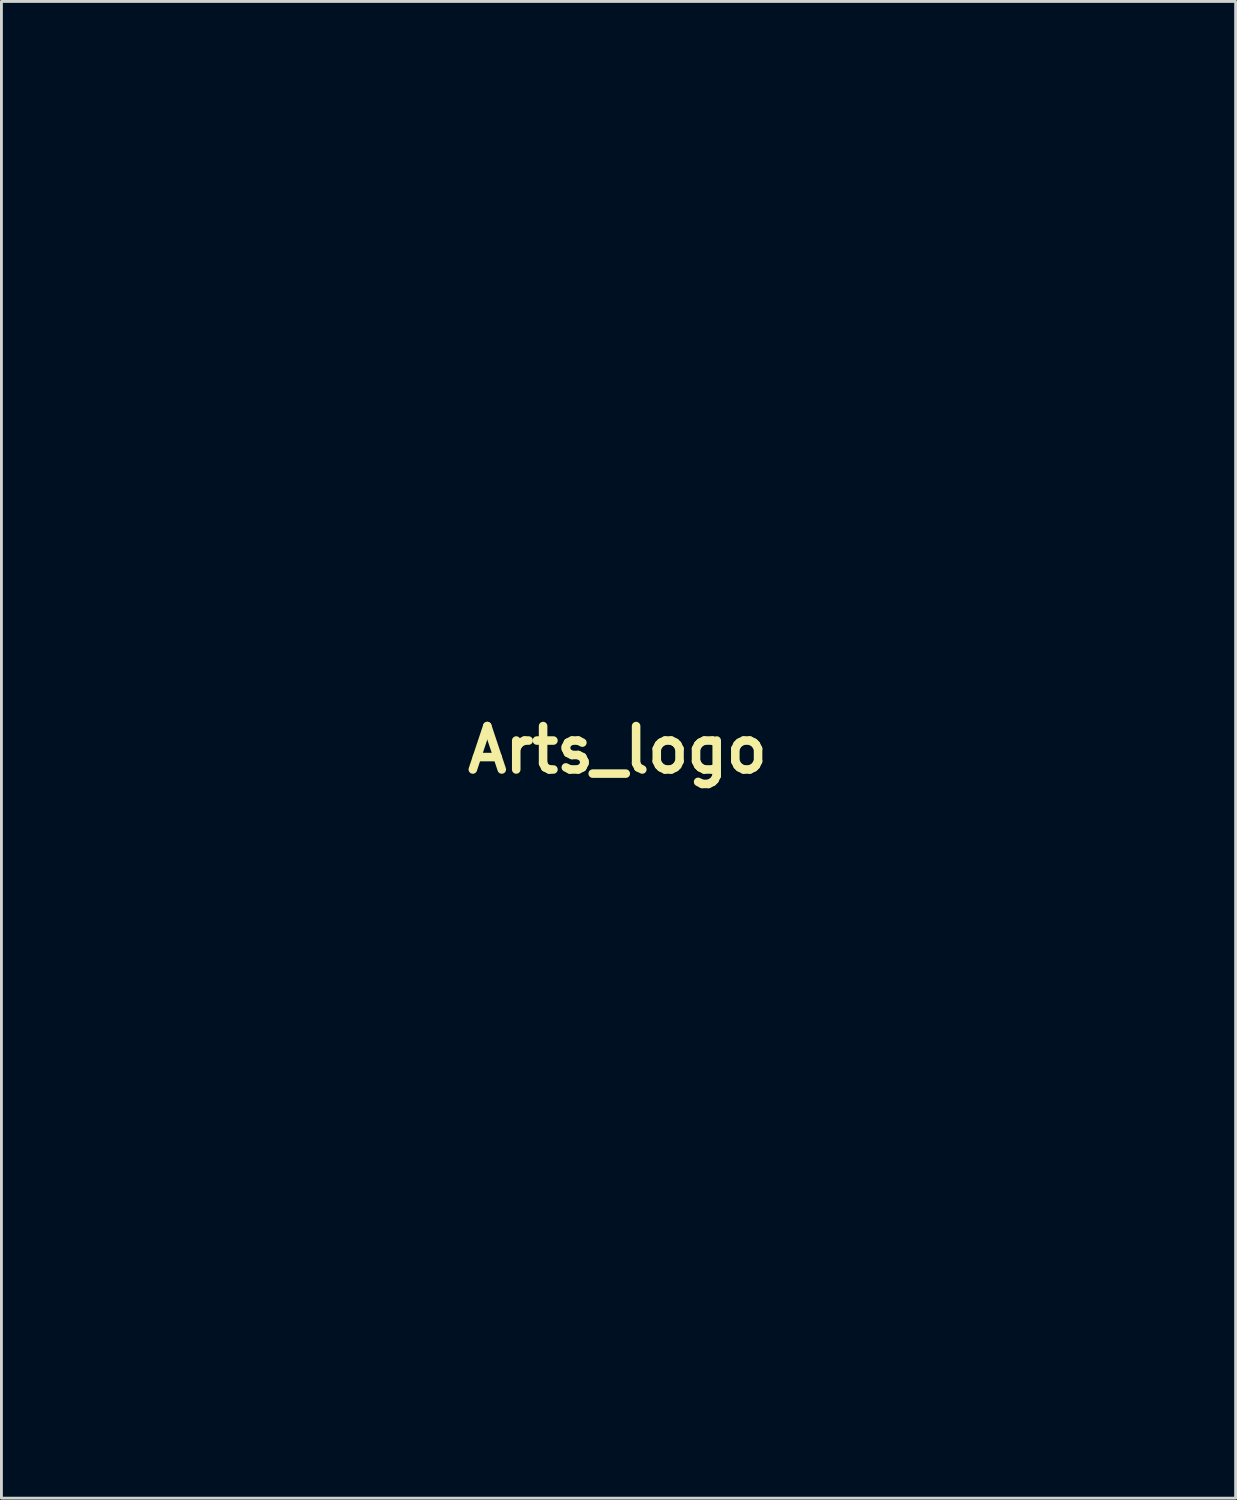
<source format=kicad_pcb>
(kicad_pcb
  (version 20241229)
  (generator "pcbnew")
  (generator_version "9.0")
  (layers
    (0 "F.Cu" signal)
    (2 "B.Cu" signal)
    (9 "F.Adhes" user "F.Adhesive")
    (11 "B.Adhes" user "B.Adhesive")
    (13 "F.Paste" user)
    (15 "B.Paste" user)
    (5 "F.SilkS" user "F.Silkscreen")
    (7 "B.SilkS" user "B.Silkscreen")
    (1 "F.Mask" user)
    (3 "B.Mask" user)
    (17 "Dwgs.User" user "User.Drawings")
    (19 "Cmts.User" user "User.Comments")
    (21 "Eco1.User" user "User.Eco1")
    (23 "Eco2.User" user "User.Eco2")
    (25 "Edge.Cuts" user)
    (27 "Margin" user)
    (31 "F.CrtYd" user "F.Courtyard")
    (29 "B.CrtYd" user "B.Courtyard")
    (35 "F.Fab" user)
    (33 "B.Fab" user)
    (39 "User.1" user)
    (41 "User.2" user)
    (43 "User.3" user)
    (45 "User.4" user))
  (footprint "Arts_logo"
    (layer "F.Cu")
    (at 18.632 23.279)
    (property "Reference" "Arts_logo" (at 0 0 0) (layer "F.SilkS") (effects (font (size 1.524 1.524) (thickness 0.3))))
    (attr through_hole)
    (fp_poly (pts (xy 0.403 -3.797) (xy 0.709 -3.756) (xy 0.931 -3.721) (xy 1.322 -3.632) (xy 1.747 -3.496) (xy 2.005 -3.39) (xy 2.345 -3.205) (xy 2.676 -2.978) (xy 2.967 -2.738) (xy 3.184 -2.511) (xy 3.294 -2.326) (xy 3.302 -2.281) (xy 3.244 -2.135) (xy 3.096 -1.94) (xy 3.003 -1.845) (xy 2.705 -1.564) (xy 3.008 -0.972) (xy 3.286 -0.264) (xy 3.405 0.445) (xy 3.375 1.134) (xy 3.207 1.788) (xy 2.909 2.387) (xy 2.491 2.914) (xy 1.963 3.351) (xy 1.335 3.68) (xy 0.617 3.883) (xy 0.339 3.922) (xy 0.003 3.931) (xy -0.357 3.905) (xy -0.442 3.893) (xy -1.14 3.696) (xy -1.748 3.373) (xy -2.259 2.944) (xy -2.666 2.428) (xy -2.963 1.848) (xy -3.143 1.222) (xy -3.198 0.594) (xy -2.915 0.594) (xy -2.913 0.988) (xy -2.893 1.27) (xy -2.843 1.501) (xy -2.751 1.738) (xy -2.643 1.966) (xy -2.257 2.574) (xy -1.769 3.055) (xy -1.197 3.404) (xy -0.559 3.612) (xy 0.127 3.673) (xy 0.843 3.581) (xy 1.269 3.452) (xy 1.714 3.218) (xy 2.156 2.863) (xy 2.551 2.43) (xy 2.857 1.962) (xy 2.962 1.732) (xy 3.114 1.153) (xy 3.156 0.541) (xy 3.092 -0.062) (xy 2.928 -0.611) (xy 2.668 -1.062) (xy 2.657 -1.077) (xy 2.466 -1.312) (xy 1.72 -0.573) (xy 1.409 -0.264) (xy 1.2 -0.042) (xy 1.071 0.122) (xy 1.004 0.26) (xy 0.978 0.402) (xy 0.974 0.58) (xy 0.974 0.589) (xy 0.955 0.879) (xy 0.879 1.079) (xy 0.739 1.247) (xy 0.55 1.399) (xy 0.336 1.47) (xy 0.081 1.487) (xy -0.187 1.506) (xy -0.382 1.575) (xy -0.58 1.728) (xy -0.682 1.824) (xy -0.891 2.014) (xy -1.031 2.092) (xy -1.141 2.078) (xy -1.166 2.064) (xy -1.316 1.896) (xy -1.303 1.683) (xy -1.129 1.427) (xy -1.062 1.358) (xy -0.874 1.152) (xy -0.786 0.963) (xy -0.762 0.705) (xy -0.762 0.654) (xy -0.742 0.368) (xy -0.662 0.167) (xy -0.515 -0.007) (xy -0.32 -0.167) (xy -0.113 -0.239) (xy 0.143 -0.254) (xy 0.317 -0.258) (xy 0.457 -0.284) (xy 0.594 -0.35) (xy 0.758 -0.477) (xy 0.979 -0.684) (xy 1.286 -0.99) (xy 1.314 -1.019) (xy 1.638 -1.344) (xy 1.848 -1.572) (xy 1.946 -1.732) (xy 1.932 -1.851) (xy 1.808 -1.958) (xy 1.574 -2.081) (xy 1.355 -2.186) (xy 1.106 -2.297) (xy 0.878 -2.364) (xy 0.615 -2.399) (xy 0.261 -2.41) (xy 0.085 -2.41) (xy -0.323 -2.402) (xy -0.619 -2.375) (xy -0.859 -2.318) (xy -1.102 -2.221) (xy -1.195 -2.177) (xy -1.627 -1.905) (xy -2.056 -1.528) (xy -2.432 -1.097) (xy -2.704 -0.664) (xy -2.726 -0.617) (xy -2.822 -0.361) (xy -2.88 -0.079) (xy -2.908 0.282) (xy -2.915 0.594) (xy -3.198 0.594) (xy -3.2 0.571) (xy -3.128 -0.083) (xy -2.919 -0.722) (xy -2.568 -1.325) (xy -2.228 -1.72) (xy -1.67 -2.167) (xy -1.041 -2.481) (xy -0.369 -2.658) (xy 0.32 -2.695) (xy 0.997 -2.589) (xy 1.636 -2.336) (xy 1.869 -2.197) (xy 2.088 -2.057) (xy 2.218 -2.003) (xy 2.31 -2.027) (xy 2.406 -2.114) (xy 2.511 -2.233) (xy 2.504 -2.321) (xy 2.378 -2.445) (xy 2.364 -2.456) (xy 1.928 -2.748) (xy 1.396 -2.972) (xy 0.834 -3.101) (xy 0.656 -3.118) (xy 0.085 -3.152) (xy 0.085 -3.481) (xy 0.089 -3.65) (xy 0.124 -3.753) (xy 0.218 -3.799) (xy 0.403 -3.797)) (stroke (width 0.01) (type solid)) (fill no) (layer "Eco2.User"))
    (fp_poly (pts (xy 0.865 -7.506) (xy 1.085 -7.462) (xy 1.209 -7.381) (xy 1.262 -7.258) (xy 1.27 -7.153) (xy 1.223 -6.986) (xy 1.065 -6.892) (xy 0.773 -6.859) (xy 0.713 -6.858) (xy 0.535 -6.849) (xy 0.451 -6.793) (xy 0.425 -6.643) (xy 0.423 -6.477) (xy 0.431 -6.242) (xy 0.474 -6.131) (xy 0.58 -6.097) (xy 0.656 -6.095) (xy 1.099 -6.05) (xy 1.637 -5.93) (xy 2.22 -5.752) (xy 2.8 -5.531) (xy 3.328 -5.284) (xy 3.585 -5.138) (xy 3.996 -4.886) (xy 4.196 -5.131) (xy 4.348 -5.332) (xy 4.392 -5.452) (xy 4.342 -5.53) (xy 4.318 -5.546) (xy 4.251 -5.673) (xy 4.282 -5.874) (xy 4.386 -6.102) (xy 4.538 -6.315) (xy 4.714 -6.469) (xy 4.869 -6.519) (xy 5.039 -6.467) (xy 5.27 -6.332) (xy 5.517 -6.15) (xy 5.738 -5.955) (xy 5.887 -5.781) (xy 5.927 -5.685) (xy 5.875 -5.539) (xy 5.745 -5.33) (xy 5.66 -5.218) (xy 5.477 -5.02) (xy 5.331 -4.937) (xy 5.17 -4.939) (xy 5.163 -4.941) (xy 4.936 -4.931) (xy 4.752 -4.795) (xy 4.614 -4.623) (xy 4.592 -4.484) (xy 4.693 -4.327) (xy 4.833 -4.186) (xy 5.314 -3.649) (xy 5.768 -2.994) (xy 6.165 -2.274) (xy 6.476 -1.539) (xy 6.634 -1.016) (xy 6.804 0.038) (xy 6.811 1.093) (xy 6.658 2.128) (xy 6.346 3.127) (xy 5.908 4.022) (xy 5.592 4.482) (xy 5.17 4.982) (xy 4.686 5.48) (xy 4.181 5.933) (xy 3.699 6.299) (xy 3.514 6.416) (xy 2.558 6.88) (xy 1.551 7.186) (xy 0.509 7.33) (xy -0.552 7.311) (xy -1.129 7.231) (xy -2.123 6.968) (xy -3.054 6.556) (xy -3.908 6.009) (xy -4.671 5.34) (xy -5.329 4.562) (xy -5.868 3.69) (xy -6.273 2.736) (xy -6.44 2.159) (xy -6.578 1.291) (xy -6.601 0.404) (xy -5.355 0.404) (xy -5.345 1.051) (xy -5.281 1.652) (xy -5.22 1.947) (xy -4.91 2.828) (xy -4.455 3.638) (xy -3.872 4.362) (xy -3.176 4.983) (xy -2.385 5.485) (xy -1.514 5.853) (xy -1.252 5.931) (xy -0.596 6.048) (xy 0.139 6.081) (xy 0.886 6.03) (xy 1.58 5.899) (xy 1.849 5.817) (xy 2.612 5.494) (xy 3.278 5.083) (xy 3.905 4.546) (xy 3.972 4.48) (xy 4.597 3.742) (xy 5.072 2.936) (xy 5.395 2.077) (xy 5.564 1.18) (xy 5.575 0.262) (xy 5.427 -0.662) (xy 5.118 -1.577) (xy 4.973 -1.887) (xy 4.505 -2.641) (xy 3.903 -3.319) (xy 3.193 -3.899) (xy 2.402 -4.36) (xy 1.557 -4.681) (xy 1.439 -4.712) (xy 0.897 -4.807) (xy 0.268 -4.848) (xy -0.379 -4.835) (xy -0.973 -4.768) (xy -1.263 -4.705) (xy -2.156 -4.381) (xy -2.972 -3.915) (xy -3.697 -3.322) (xy -4.313 -2.618) (xy -4.806 -1.819) (xy -5.16 -0.94) (xy -5.213 -0.755) (xy -5.311 -0.222) (xy -5.355 0.404) (xy -6.601 0.404) (xy -6.603 0.354) (xy -6.517 -0.6) (xy -6.325 -1.516) (xy -6.153 -2.043) (xy -5.737 -2.913) (xy -5.178 -3.708) (xy -4.494 -4.415) (xy -3.702 -5.016) (xy -2.818 -5.498) (xy -2.13 -5.762) (xy -1.713 -5.882) (xy -1.275 -5.985) (xy -0.896 -6.052) (xy -0.815 -6.062) (xy -0.254 -6.119) (xy -0.254 -6.848) (xy -0.605 -6.874) (xy -0.899 -6.939) (xy -1.067 -7.07) (xy -1.093 -7.248) (xy -1.049 -7.345) (xy -0.984 -7.41) (xy -0.865 -7.456) (xy -0.664 -7.486) (xy -0.349 -7.505) (xy 0.039 -7.517) (xy 0.524 -7.522) (xy 0.865 -7.506)) (stroke (width 0.01) (type solid)) (fill no) (layer "Eco2.User"))
    (fp_poly (pts (xy -4.738 -11.346) (xy -4.222 -11.127) (xy -3.766 -10.788) (xy -3.406 -10.365) (xy -3.176 -9.888) (xy -3.153 -9.81) (xy -3.08 -9.525) (xy 0.018 -9.503) (xy 3.116 -9.481) (xy 3.248 -9.867) (xy 3.509 -10.4) (xy 3.879 -10.827) (xy 4.33 -11.141) (xy 4.837 -11.336) (xy 5.374 -11.406) (xy 5.914 -11.344) (xy 6.433 -11.144) (xy 6.903 -10.8) (xy 6.939 -10.764) (xy 7.312 -10.282) (xy 7.538 -9.746) (xy 7.618 -9.183) (xy 7.549 -8.621) (xy 7.333 -8.086) (xy 7.005 -7.645) (xy 6.748 -7.374) (xy 8.186 -4.736) (xy 9.624 -2.097) (xy 10.294 -2.083) (xy 10.842 -2.033) (xy 11.282 -1.898) (xy 11.663 -1.658) (xy 11.912 -1.426) (xy 12.263 -0.947) (xy 12.467 -0.418) (xy 12.531 0.136) (xy 12.457 0.686) (xy 12.252 1.206) (xy 11.918 1.67) (xy 11.462 2.051) (xy 11.303 2.144) (xy 11.068 2.245) (xy 10.8 2.302) (xy 10.441 2.325) (xy 10.279 2.327) (xy 9.593 2.328) (xy 8.331 4.69) (xy 8.016 5.279) (xy 7.723 5.829) (xy 7.462 6.32) (xy 7.244 6.73) (xy 7.079 7.041) (xy 6.979 7.232) (xy 6.957 7.275) (xy 6.903 7.411) (xy 6.909 7.537) (xy 6.989 7.704) (xy 7.14 7.938) (xy 7.32 8.232) (xy 7.472 8.525) (xy 7.539 8.688) (xy 7.603 9.067) (xy 7.589 9.518) (xy 7.506 9.966) (xy 7.383 10.293) (xy 7.131 10.667) (xy 6.794 11.018) (xy 6.427 11.291) (xy 6.247 11.384) (xy 5.9 11.473) (xy 5.467 11.509) (xy 5.022 11.492) (xy 4.638 11.421) (xy 4.534 11.384) (xy 4.139 11.15) (xy 3.757 10.808) (xy 3.445 10.411) (xy 3.309 10.158) (xy 3.128 9.737) (xy -3.043 9.737) (xy -3.225 10.158) (xy -3.464 10.561) (xy -3.809 10.944) (xy -4.202 11.253) (xy -4.45 11.384) (xy -4.765 11.466) (xy -5.169 11.505) (xy -5.592 11.499) (xy -5.965 11.449) (xy -6.151 11.392) (xy -6.517 11.169) (xy -6.882 10.839) (xy -7.19 10.458) (xy -7.336 10.202) (xy -7.513 9.65) (xy -7.524 9.095) (xy -7.371 8.523) (xy -7.272 8.306) (xy -7.116 8.024) (xy -6.963 7.798) (xy -6.849 7.679) (xy -6.722 7.574) (xy -6.689 7.514) (xy -6.727 7.426) (xy -6.836 7.207) (xy -7.007 6.874) (xy -7.23 6.444) (xy -7.496 5.936) (xy -7.796 5.366) (xy -8.049 4.888) (xy -9.41 2.328) (xy -10.145 2.328) (xy -10.551 2.318) (xy -10.841 2.284) (xy -11.07 2.216) (xy -11.218 2.145) (xy -11.5 1.945) (xy -8.909 1.945) (xy -6.138 7.195) (xy -5.842 7.133) (xy -5.229 7.081) (xy -4.648 7.181) (xy -4.123 7.417) (xy -3.676 7.775) (xy -3.331 8.239) (xy -3.111 8.796) (xy -3.094 8.869) (xy -3.035 9.144) (xy 3.119 9.144) (xy 3.179 8.869) (xy 3.382 8.296) (xy 3.713 7.819) (xy 4.15 7.451) (xy 4.673 7.203) (xy 5.263 7.09) (xy 5.899 7.123) (xy 5.969 7.136) (xy 6.308 7.202) (xy 7.685 4.613) (xy 9.062 2.023) (xy 8.776 1.752) (xy 8.404 1.307) (xy 8.181 0.806) (xy 8.097 0.223) (xy 8.096 0.127) (xy 8.159 -0.466) (xy 8.357 -0.973) (xy 8.704 -1.427) (xy 8.792 -1.513) (xy 8.968 -1.69) (xy 9.038 -1.808) (xy 9.019 -1.921) (xy 8.967 -2.021) (xy 8.896 -2.149) (xy 8.755 -2.405) (xy 8.555 -2.771) (xy 8.307 -3.225) (xy 8.021 -3.749) (xy 7.709 -4.322) (xy 7.547 -4.618) (xy 6.255 -6.993) (xy 5.477 -6.989) (xy 5.091 -6.992) (xy 4.821 -7.013) (xy 4.616 -7.062) (xy 4.423 -7.15) (xy 4.303 -7.218) (xy 3.81 -7.597) (xy 3.439 -8.076) (xy 3.254 -8.485) (xy 3.119 -8.89) (xy -3.034 -8.89) (xy -3.169 -8.485) (xy -3.433 -7.95) (xy -3.837 -7.494) (xy -4.218 -7.218) (xy -4.436 -7.102) (xy -4.639 -7.031) (xy -4.884 -6.996) (xy -5.225 -6.983) (xy -5.361 -6.982) (xy -6.107 -6.979) (xy -7.423 -4.527) (xy -7.813 -3.802) (xy -8.129 -3.212) (xy -8.38 -2.743) (xy -8.571 -2.38) (xy -8.708 -2.108) (xy -8.797 -1.912) (xy -8.846 -1.778) (xy -8.859 -1.691) (xy -8.845 -1.636) (xy -8.808 -1.599) (xy -8.755 -1.565) (xy -8.709 -1.533) (xy -8.554 -1.368) (xy -8.374 -1.116) (xy -8.256 -0.918) (xy -8.044 -0.359) (xy -7.996 0.224) (xy -8.112 0.814) (xy -8.239 1.12) (xy -8.401 1.407) (xy -8.576 1.653) (xy -8.693 1.775) (xy -8.909 1.945) (xy -11.5 1.945) (xy -11.716 1.791) (xy -12.084 1.353) (xy -12.324 0.855) (xy -12.435 0.322) (xy -12.417 -0.219) (xy -12.27 -0.744) (xy -11.994 -1.228) (xy -11.59 -1.645) (xy -11.218 -1.891) (xy -10.999 -1.988) (xy -10.753 -2.045) (xy -10.427 -2.07) (xy -10.154 -2.074) (xy -9.428 -2.074) (xy -8.022 -4.699) (xy -6.615 -7.324) (xy -6.897 -7.62) (xy -7.237 -8.06) (xy -7.437 -8.534) (xy -7.513 -8.977) (xy -7.489 -9.562) (xy -7.324 -10.099) (xy -7.037 -10.569) (xy -6.65 -10.954) (xy -6.184 -11.235) (xy -5.661 -11.394) (xy -5.102 -11.414) (xy -4.738 -11.346)) (stroke (width 0.01) (type solid)) (fill no) (layer "Eco2.User"))
    (fp_poly (pts (xy 12.664 -23.236) (xy 13.342 -23.049) (xy 13.904 -22.761) (xy 14.381 -22.392) (xy 14.768 -21.935) (xy 15.099 -21.35) (xy 15.104 -21.34) (xy 15.235 -21.043) (xy 15.313 -20.792) (xy 15.353 -20.522) (xy 15.366 -20.169) (xy 15.366 -20.024) (xy 15.359 -19.63) (xy 15.33 -19.34) (xy 15.266 -19.09) (xy 15.153 -18.814) (xy 15.098 -18.694) (xy 14.702 -18.049) (xy 14.181 -17.514) (xy 13.554 -17.106) (xy 13.039 -16.846) (xy 13.039 -14.405) (xy 14.922 -14.378) (xy 15.546 -14.368) (xy 16.026 -14.356) (xy 16.387 -14.34) (xy 16.656 -14.317) (xy 16.856 -14.286) (xy 17.014 -14.244) (xy 17.155 -14.189) (xy 17.192 -14.173) (xy 17.756 -13.824) (xy 18.227 -13.356) (xy 18.439 -13.048) (xy 18.669 -12.658) (xy 18.693 -0.127) (xy 18.696 1.735) (xy 18.698 3.433) (xy 18.699 4.971) (xy 18.699 6.354) (xy 18.697 7.587) (xy 18.694 8.676) (xy 18.69 9.624) (xy 18.685 10.438) (xy 18.678 11.12) (xy 18.669 11.678) (xy 18.66 12.115) (xy 18.649 12.436) (xy 18.636 12.647) (xy 18.622 12.751) (xy 18.441 13.166) (xy 18.144 13.583) (xy 17.777 13.945) (xy 17.484 14.148) (xy 17.191 14.287) (xy 16.855 14.393) (xy 16.453 14.47) (xy 15.959 14.522) (xy 15.349 14.551) (xy 14.597 14.562) (xy 14.499 14.562) (xy 13.039 14.563) (xy 13.039 16.851) (xy 13.525 17.08) (xy 14.1 17.439) (xy 14.606 17.93) (xy 15.009 18.52) (xy 15.096 18.691) (xy 15.231 18.994) (xy 15.311 19.246) (xy 15.352 19.514) (xy 15.365 19.861) (xy 15.366 20.024) (xy 15.359 20.418) (xy 15.33 20.709) (xy 15.266 20.959) (xy 15.154 21.233) (xy 15.104 21.34) (xy 14.773 21.927) (xy 14.387 22.385) (xy 13.912 22.756) (xy 13.904 22.761) (xy 13.251 23.083) (xy 12.571 23.25) (xy 11.885 23.267) (xy 11.217 23.142) (xy 10.588 22.88) (xy 10.021 22.488) (xy 9.539 21.972) (xy 9.207 21.431) (xy 9.079 21.159) (xy 8.998 20.933) (xy 8.954 20.699) (xy 8.936 20.402) (xy 8.933 20.131) (xy 10.528 20.131) (xy 10.616 20.565) (xy 10.819 20.963) (xy 11.133 21.295) (xy 11.554 21.531) (xy 11.687 21.575) (xy 11.977 21.647) (xy 12.2 21.659) (xy 12.45 21.613) (xy 12.554 21.585) (xy 12.905 21.424) (xy 13.244 21.162) (xy 13.51 20.853) (xy 13.602 20.684) (xy 13.691 20.327) (xy 13.711 19.909) (xy 13.659 19.521) (xy 13.626 19.415) (xy 13.388 19.009) (xy 13.039 18.701) (xy 12.613 18.504) (xy 12.145 18.43) (xy 11.668 18.492) (xy 11.374 18.609) (xy 10.976 18.899) (xy 10.704 19.268) (xy 10.556 19.689) (xy 10.528 20.131) (xy 8.933 20.131) (xy 8.932 20.024) (xy 8.937 19.62) (xy 8.957 19.33) (xy 9.003 19.098) (xy 9.087 18.871) (xy 9.21 18.61) (xy 9.508 18.126) (xy 9.895 17.681) (xy 10.328 17.314) (xy 10.765 17.068) (xy 10.794 17.056) (xy 11.176 16.91) (xy 11.176 14.563) (xy 4.995 14.563) (xy 4.997 15.727) (xy 4.998 16.891) (xy 5.461 17.091) (xy 5.777 17.265) (xy 6.116 17.506) (xy 6.341 17.702) (xy 6.802 18.265) (xy 7.116 18.883) (xy 7.288 19.535) (xy 7.32 20.199) (xy 7.217 20.853) (xy 6.982 21.475) (xy 6.619 22.042) (xy 6.131 22.535) (xy 5.524 22.929) (xy 5.438 22.971) (xy 5.147 23.101) (xy 4.904 23.181) (xy 4.65 23.223) (xy 4.324 23.239) (xy 4.064 23.241) (xy 3.654 23.234) (xy 3.356 23.208) (xy 3.11 23.151) (xy 2.86 23.053) (xy 2.773 23.013) (xy 2.142 22.634) (xy 1.631 22.156) (xy 1.242 21.601) (xy 0.979 20.99) (xy 0.846 20.345) (xy 0.846 19.829) (xy 2.475 19.829) (xy 2.489 20.304) (xy 2.617 20.711) (xy 2.885 21.109) (xy 3.258 21.403) (xy 3.702 21.58) (xy 4.178 21.629) (xy 4.651 21.537) (xy 4.826 21.461) (xy 5.219 21.175) (xy 5.487 20.808) (xy 5.634 20.389) (xy 5.663 19.946) (xy 5.576 19.511) (xy 5.377 19.111) (xy 5.068 18.777) (xy 4.654 18.539) (xy 4.516 18.492) (xy 4.018 18.424) (xy 3.558 18.502) (xy 3.154 18.704) (xy 2.827 19.007) (xy 2.594 19.39) (xy 2.475 19.829) (xy 0.846 19.829) (xy 0.846 19.687) (xy 0.983 19.037) (xy 1.261 18.417) (xy 1.682 17.848) (xy 1.872 17.658) (xy 2.167 17.412) (xy 2.478 17.195) (xy 2.739 17.053) (xy 2.744 17.051) (xy 3.132 16.891) (xy 3.132 15.727) (xy 3.133 14.563) (xy -3.048 14.563) (xy -3.048 15.727) (xy -3.047 16.891) (xy -2.659 17.051) (xy -2.266 17.272) (xy -1.854 17.602) (xy -1.472 17.995) (xy -1.17 18.403) (xy -1.075 18.574) (xy -0.841 19.234) (xy -0.751 19.94) (xy -0.806 20.649) (xy -1.005 21.321) (xy -1.07 21.463) (xy -1.369 21.929) (xy -1.784 22.38) (xy -2.267 22.769) (xy -2.688 23.013) (xy -2.951 23.125) (xy -3.191 23.194) (xy -3.467 23.229) (xy -3.836 23.24) (xy -3.979 23.241) (xy -4.379 23.235) (xy -4.67 23.211) (xy -4.912 23.155) (xy -5.166 23.057) (xy -5.353 22.971) (xy -5.989 22.58) (xy -6.51 22.069) (xy -6.905 21.452) (xy -7.165 20.741) (xy -7.206 20.56) (xy -7.244 20.023) (xy -5.588 20.023) (xy -5.521 20.454) (xy -5.339 20.865) (xy -5.07 21.215) (xy -4.743 21.464) (xy -4.502 21.555) (xy -4.303 21.602) (xy -4.191 21.633) (xy -4.048 21.663) (xy -3.877 21.649) (xy -3.612 21.585) (xy -3.598 21.581) (xy -3.131 21.38) (xy -2.777 21.082) (xy -2.536 20.714) (xy -2.408 20.302) (xy -2.391 19.873) (xy -2.485 19.454) (xy -2.691 19.073) (xy -3.007 18.755) (xy -3.432 18.528) (xy -3.654 18.464) (xy -4.149 18.432) (xy -4.61 18.548) (xy -5.01 18.792) (xy -5.324 19.141) (xy -5.525 19.575) (xy -5.588 20.023) (xy -7.244 20.023) (xy -7.252 19.916) (xy -7.15 19.264) (xy -6.915 18.635) (xy -6.564 18.059) (xy -6.113 17.567) (xy -5.579 17.19) (xy -5.376 17.091) (xy -4.914 16.891) (xy -4.912 15.727) (xy -4.911 14.563) (xy -11.091 14.563) (xy -11.091 15.727) (xy -11.091 16.891) (xy -10.706 17.049) (xy -10.247 17.309) (xy -9.799 17.692) (xy -9.403 18.154) (xy -9.125 18.61) (xy -8.996 18.886) (xy -8.914 19.112) (xy -8.87 19.346) (xy -8.851 19.642) (xy -8.848 20.022) (xy -8.853 20.439) (xy -8.876 20.74) (xy -8.926 20.981) (xy -9.012 21.215) (xy -9.075 21.354) (xy -9.443 21.956) (xy -9.935 22.481) (xy -10.512 22.891) (xy -10.646 22.961) (xy -11.267 23.18) (xy -11.945 23.272) (xy -12.622 23.231) (xy -13.046 23.128) (xy -13.711 22.83) (xy -14.27 22.406) (xy -14.733 21.848) (xy -15.05 21.28) (xy -15.167 21.002) (xy -15.237 20.747) (xy -15.271 20.453) (xy -15.281 20.057) (xy -15.281 20.032) (xy -13.631 20.032) (xy -13.557 20.538) (xy -13.351 20.965) (xy -13.036 21.298) (xy -12.638 21.522) (xy -12.181 21.623) (xy -11.688 21.587) (xy -11.277 21.445) (xy -11.046 21.288) (xy -10.814 21.06) (xy -10.747 20.976) (xy -10.515 20.529) (xy -10.434 20.067) (xy -10.489 19.615) (xy -10.666 19.201) (xy -10.952 18.851) (xy -11.333 18.591) (xy -11.795 18.449) (xy -12.067 18.43) (xy -12.579 18.51) (xy -13.01 18.729) (xy -13.342 19.067) (xy -13.555 19.505) (xy -13.631 20.025) (xy -13.631 20.032) (xy -15.281 20.032) (xy -15.281 20.024) (xy -15.274 19.631) (xy -15.246 19.342) (xy -15.182 19.093) (xy -15.07 18.817) (xy -15.012 18.691) (xy -14.641 18.081) (xy -14.16 17.56) (xy -13.601 17.162) (xy -13.441 17.08) (xy -12.954 16.851) (xy -12.954 14.582) (xy -14.753 14.54) (xy -15.309 14.523) (xy -15.825 14.499) (xy -16.272 14.471) (xy -16.618 14.44) (xy -16.834 14.409) (xy -16.864 14.401) (xy -17.384 14.164) (xy -17.855 13.807) (xy -18.239 13.369) (xy -18.498 12.884) (xy -18.535 12.775) (xy -18.549 12.663) (xy -18.562 12.421) (xy -18.573 12.046) (xy -18.584 11.535) (xy -18.593 10.885) (xy -18.601 10.093) (xy -18.608 9.155) (xy -18.613 8.067) (xy -18.618 6.827) (xy -18.622 5.431) (xy -18.624 3.877) (xy -18.626 2.16) (xy -18.627 0.277) (xy -18.627 -0.014) (xy -18.627 -11.853) (xy -16.087 -11.853) (xy -16.087 0.028) (xy -16.086 1.433) (xy -16.085 2.792) (xy -16.083 4.094) (xy -16.081 5.331) (xy -16.078 6.492) (xy -16.074 7.569) (xy -16.069 8.55) (xy -16.065 9.428) (xy -16.059 10.191) (xy -16.054 10.831) (xy -16.048 11.338) (xy -16.042 11.702) (xy -16.035 11.914) (xy -16.03 11.966) (xy -15.941 11.972) (xy -15.691 11.977) (xy -15.288 11.982) (xy -14.74 11.987) (xy -14.056 11.991) (xy -13.245 11.994) (xy -12.313 11.998) (xy -11.27 12) (xy -10.124 12.002) (xy -8.883 12.004) (xy -7.556 12.005) (xy -6.15 12.006) (xy -4.674 12.005) (xy -3.136 12.005) (xy -1.545 12.004) (xy 0.078 12.002) (xy 16.129 11.98) (xy 16.15 0.064) (xy 16.172 -11.853) (xy -16.087 -11.853) (xy -18.627 -11.853) (xy -18.627 -12.497) (xy -18.41 -12.932) (xy -18.074 -13.434) (xy -17.616 -13.866) (xy -17.113 -14.17) (xy -16.971 -14.23) (xy -16.82 -14.276) (xy -16.635 -14.31) (xy -16.391 -14.334) (xy -16.061 -14.352) (xy -15.62 -14.365) (xy -15.044 -14.375) (xy -14.838 -14.378) (xy -12.954 -14.405) (xy -12.954 -16.899) (xy -13.271 -17.013) (xy -13.872 -17.317) (xy -14.396 -17.769) (xy -14.836 -18.364) (xy -15.05 -18.768) (xy -15.167 -19.045) (xy -15.236 -19.299) (xy -15.27 -19.591) (xy -15.28 -19.984) (xy -15.28 -20.024) (xy -13.631 -20.024) (xy -13.605 -19.715) (xy -13.54 -19.426) (xy -13.517 -19.363) (xy -13.348 -19.093) (xy -13.093 -18.824) (xy -12.806 -18.607) (xy -12.55 -18.493) (xy -12.349 -18.446) (xy -12.234 -18.414) (xy -12.043 -18.406) (xy -11.763 -18.455) (xy -11.457 -18.547) (xy -11.247 -18.636) (xy -10.873 -18.917) (xy -10.598 -19.333) (xy -10.512 -19.549) (xy -10.426 -20.046) (xy -10.506 -20.524) (xy -10.746 -20.967) (xy -10.916 -21.161) (xy -11.331 -21.466) (xy -11.793 -21.62) (xy -12.272 -21.621) (xy -12.739 -21.469) (xy -13.095 -21.228) (xy -13.418 -20.856) (xy -13.591 -20.425) (xy -13.631 -20.024) (xy -15.28 -20.024) (xy -15.272 -20.427) (xy -15.241 -20.725) (xy -15.175 -20.979) (xy -15.062 -21.253) (xy -15.046 -21.288) (xy -14.649 -21.962) (xy -14.154 -22.504) (xy -13.572 -22.907) (xy -12.912 -23.165) (xy -12.186 -23.27) (xy -11.813 -23.265) (xy -11.105 -23.138) (xy -10.454 -22.859) (xy -9.879 -22.442) (xy -9.4 -21.9) (xy -9.122 -21.431) (xy -8.994 -21.158) (xy -8.914 -20.932) (xy -8.87 -20.698) (xy -8.851 -20.401) (xy -8.848 -20.025) (xy -8.853 -19.609) (xy -8.876 -19.307) (xy -8.926 -19.066) (xy -9.012 -18.832) (xy -9.075 -18.693) (xy -9.438 -18.099) (xy -9.923 -17.577) (xy -10.488 -17.17) (xy -10.638 -17.09) (xy -11.176 -16.825) (xy -11.176 -14.393) (xy -4.911 -14.393) (xy -4.912 -15.642) (xy -4.914 -16.891) (xy -5.376 -17.091) (xy -5.936 -17.421) (xy -6.417 -17.876) (xy -6.805 -18.427) (xy -7.082 -19.041) (xy -7.232 -19.688) (xy -7.236 -20.024) (xy -5.588 -20.024) (xy -5.509 -19.523) (xy -5.287 -19.084) (xy -4.942 -18.735) (xy -4.496 -18.506) (xy -4.475 -18.499) (xy -4.207 -18.419) (xy -4.026 -18.387) (xy -3.86 -18.4) (xy -3.634 -18.456) (xy -3.598 -18.466) (xy -3.13 -18.668) (xy -2.775 -18.968) (xy -2.534 -19.339) (xy -2.407 -19.754) (xy -2.392 -20.186) (xy -2.492 -20.607) (xy -2.704 -20.991) (xy -3.03 -21.311) (xy -3.468 -21.54) (xy -3.608 -21.582) (xy -4.097 -21.633) (xy -4.556 -21.534) (xy -4.961 -21.307) (xy -5.285 -20.971) (xy -5.503 -20.548) (xy -5.588 -20.057) (xy -5.588 -20.024) (xy -7.236 -20.024) (xy -7.24 -20.338) (xy -7.206 -20.56) (xy -6.979 -21.291) (xy -6.615 -21.932) (xy -6.124 -22.469) (xy -5.514 -22.89) (xy -5.353 -22.971) (xy -5.062 -23.101) (xy -4.819 -23.181) (xy -4.565 -23.223) (xy -4.239 -23.239) (xy -3.979 -23.241) (xy -3.571 -23.235) (xy -3.273 -23.208) (xy -3.025 -23.151) (xy -2.768 -23.052) (xy -2.658 -23.002) (xy -2.041 -22.63) (xy -1.535 -22.147) (xy -1.147 -21.577) (xy -0.886 -20.943) (xy -0.76 -20.27) (xy -0.777 -19.579) (xy -0.946 -18.895) (xy -1.094 -18.556) (xy -1.37 -18.126) (xy -1.742 -17.707) (xy -2.162 -17.345) (xy -2.582 -17.085) (xy -2.662 -17.049) (xy -3.047 -16.891) (xy -3.048 -15.642) (xy -3.048 -14.393) (xy 3.133 -14.393) (xy 3.132 -15.642) (xy 3.132 -16.891) (xy 2.744 -17.051) (xy 2.35 -17.272) (xy 1.939 -17.602) (xy 1.557 -17.995) (xy 1.254 -18.403) (xy 1.159 -18.574) (xy 0.929 -19.228) (xy 0.837 -19.934) (xy 0.856 -20.209) (xy 2.474 -20.209) (xy 2.489 -19.716) (xy 2.652 -19.26) (xy 2.954 -18.868) (xy 3.345 -18.591) (xy 3.631 -18.501) (xy 4.005 -18.463) (xy 4.389 -18.477) (xy 4.71 -18.546) (xy 4.715 -18.548) (xy 5.116 -18.782) (xy 5.412 -19.122) (xy 5.596 -19.535) (xy 5.661 -19.989) (xy 5.601 -20.454) (xy 5.411 -20.896) (xy 5.218 -21.154) (xy 4.851 -21.443) (xy 4.422 -21.597) (xy 3.967 -21.623) (xy 3.519 -21.526) (xy 3.111 -21.311) (xy 2.779 -20.985) (xy 2.617 -20.711) (xy 2.474 -20.209) (xy 0.856 -20.209) (xy 0.886 -20.646) (xy 1.076 -21.32) (xy 1.095 -21.364) (xy 1.345 -21.795) (xy 1.71 -22.231) (xy 2.144 -22.625) (xy 2.601 -22.931) (xy 2.734 -22.998) (xy 3.012 -23.117) (xy 3.257 -23.19) (xy 3.528 -23.227) (xy 3.884 -23.24) (xy 4.064 -23.241) (xy 4.464 -23.235) (xy 4.754 -23.211) (xy 4.997 -23.155) (xy 5.251 -23.057) (xy 5.438 -22.971) (xy 6.06 -22.591) (xy 6.563 -22.11) (xy 6.942 -21.55) (xy 7.194 -20.934) (xy 7.314 -20.283) (xy 7.3 -19.62) (xy 7.146 -18.965) (xy 6.85 -18.341) (xy 6.408 -17.77) (xy 6.341 -17.702) (xy 6.042 -17.449) (xy 5.7 -17.217) (xy 5.461 -17.091) (xy 4.998 -16.891) (xy 4.997 -15.642) (xy 4.995 -14.393) (xy 11.176 -14.393) (xy 11.176 -16.91) (xy 10.794 -17.056) (xy 10.358 -17.293) (xy 9.924 -17.653) (xy 9.532 -18.095) (xy 9.226 -18.577) (xy 9.21 -18.61) (xy 9.081 -18.885) (xy 8.999 -19.112) (xy 8.955 -19.345) (xy 8.936 -19.64) (xy 8.932 -20.024) (xy 8.935 -20.241) (xy 10.541 -20.241) (xy 10.556 -19.753) (xy 10.721 -19.26) (xy 10.733 -19.237) (xy 11.017 -18.863) (xy 11.403 -18.595) (xy 11.852 -18.446) (xy 12.327 -18.427) (xy 12.79 -18.549) (xy 12.869 -18.587) (xy 13.161 -18.796) (xy 13.431 -19.087) (xy 13.615 -19.389) (xy 13.626 -19.415) (xy 13.683 -19.654) (xy 13.714 -19.953) (xy 13.716 -20.032) (xy 13.64 -20.536) (xy 13.428 -20.967) (xy 13.104 -21.306) (xy 12.694 -21.534) (xy 12.222 -21.63) (xy 11.747 -21.585) (xy 11.28 -21.394) (xy 10.915 -21.089) (xy 10.665 -20.695) (xy 10.541 -20.241) (xy 8.935 -20.241) (xy 8.937 -20.428) (xy 8.957 -20.718) (xy 9.003 -20.95) (xy 9.087 -21.177) (xy 9.207 -21.431) (xy 9.598 -22.049) (xy 10.093 -22.549) (xy 10.67 -22.923) (xy 11.305 -23.167) (xy 11.977 -23.274) (xy 12.664 -23.236)) (stroke (width 0.01) (type solid)) (fill no) (layer "Eco2.User")))
  (gr_rect
    (start -3 -3)
    (end 40.336 49.555)
    (stroke (width 0.1) (type default))
    (fill no)
    (layer "Edge.Cuts")))
</source>
